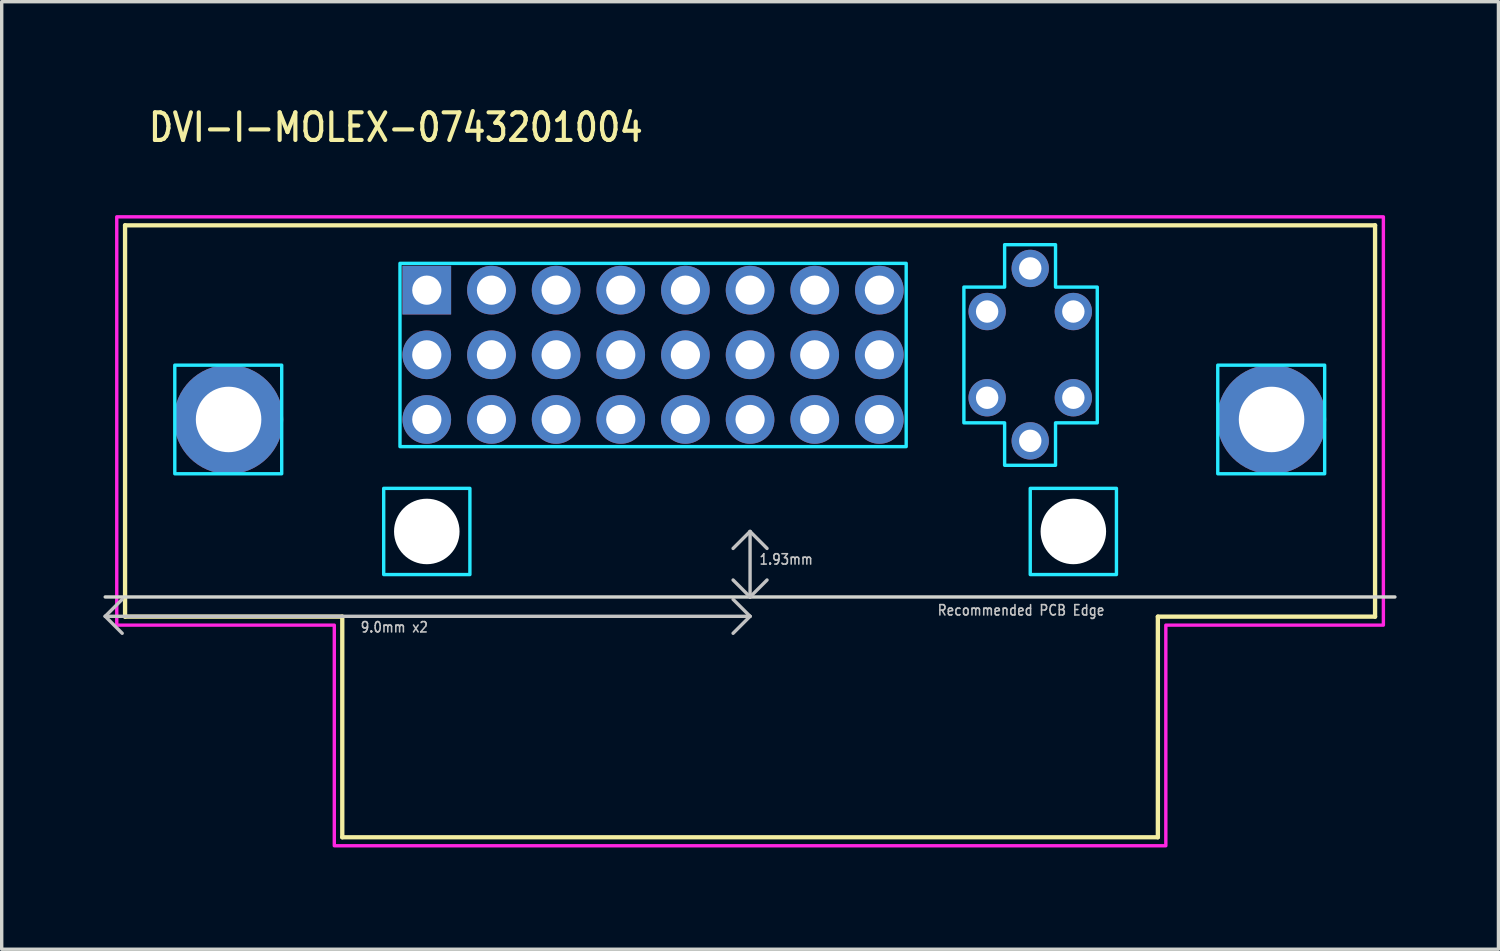
<source format=kicad_pcb>
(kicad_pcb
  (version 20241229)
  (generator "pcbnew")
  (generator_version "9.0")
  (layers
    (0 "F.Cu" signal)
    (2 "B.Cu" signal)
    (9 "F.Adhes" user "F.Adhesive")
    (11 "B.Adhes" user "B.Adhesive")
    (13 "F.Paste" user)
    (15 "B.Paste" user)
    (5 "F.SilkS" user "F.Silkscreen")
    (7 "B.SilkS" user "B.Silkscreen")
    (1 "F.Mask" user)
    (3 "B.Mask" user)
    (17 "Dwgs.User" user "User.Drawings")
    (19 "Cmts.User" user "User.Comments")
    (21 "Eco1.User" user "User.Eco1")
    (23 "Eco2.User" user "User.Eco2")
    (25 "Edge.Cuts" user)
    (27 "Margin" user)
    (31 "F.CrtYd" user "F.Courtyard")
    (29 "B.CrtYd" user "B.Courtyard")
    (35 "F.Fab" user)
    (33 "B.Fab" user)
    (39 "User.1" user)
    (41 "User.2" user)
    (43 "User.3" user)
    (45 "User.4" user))
  (footprint "DVI-I-MOLEX-0743201004"
    (layer "F.Cu")
    (at 19.05 12.609)
    (property "Reference" "DVI-I-MOLEX-0743201004" (at -17.78 -11.43 0) (unlocked yes) (layer "F.SilkS") (effects (font (size 0.813 0.695) (thickness 0.122)) (justify left bottom)))
    (fp_line (start -18.415 -9.02) (end -18.415 2.51) (stroke (width 0.127) (type solid)) (layer "F.SilkS"))
    (fp_line (start -18.415 2.51) (end -12.015 2.51) (stroke (width 0.127) (type solid)) (layer "F.SilkS"))
    (fp_line (start -12.015 2.51) (end -12.015 9.01) (stroke (width 0.127) (type solid)) (layer "F.SilkS"))
    (fp_line (start -12.015 9.01) (end 12.015 9.01) (stroke (width 0.127) (type solid)) (layer "F.SilkS"))
    (fp_line (start 12.015 2.51) (end 18.415 2.51) (stroke (width 0.127) (type solid)) (layer "F.SilkS"))
    (fp_line (start 12.015 9.01) (end 12.015 2.51) (stroke (width 0.127) (type solid)) (layer "F.SilkS"))
    (fp_line (start 18.415 -9.02) (end -18.415 -9.02) (stroke (width 0.127) (type solid)) (layer "F.SilkS"))
    (fp_line (start 18.415 2.51) (end 18.415 -9.02) (stroke (width 0.127) (type solid)) (layer "F.SilkS"))
    (fp_line (start -19 2.5) (end -18.5 2) (stroke (width 0.1) (type solid)) (layer "Dwgs.User"))
    (fp_line (start -19 2.5) (end -18.5 3) (stroke (width 0.1) (type solid)) (layer "Dwgs.User"))
    (fp_line (start -19 2.5) (end 0 2.5) (stroke (width 0.1) (type solid)) (layer "Dwgs.User"))
    (fp_line (start 0 0) (end -0.5 0.5) (stroke (width 0.1) (type solid)) (layer "Dwgs.User"))
    (fp_line (start 0 0) (end 0 1.93) (stroke (width 0.1) (type solid)) (layer "Dwgs.User"))
    (fp_line (start 0 0) (end 0.5 0.5) (stroke (width 0.1) (type solid)) (layer "Dwgs.User"))
    (fp_line (start 0 1.93) (end -0.5 1.43) (stroke (width 0.1) (type solid)) (layer "Dwgs.User"))
    (fp_line (start 0 1.93) (end 0.5 1.43) (stroke (width 0.1) (type solid)) (layer "Dwgs.User"))
    (fp_line (start 0 2.5) (end -0.5 2) (stroke (width 0.1) (type solid)) (layer "Dwgs.User"))
    (fp_line (start 0 2.5) (end -0.5 3) (stroke (width 0.1) (type solid)) (layer "Dwgs.User"))
    (fp_line (start -19 1.93) (end 19 1.93) (stroke (width 0.1) (type solid)) (layer "Edge.Cuts"))
    (fp_poly (pts (xy -16.95 -4.9) (xy -13.8 -4.9) (xy -13.8 -1.7) (xy -16.95 -1.7)) (stroke (width 0.1) (type solid)) (fill no) (layer "B.CrtYd"))
    (fp_poly (pts (xy -10.795 -1.27) (xy -8.255 -1.27) (xy -8.255 1.27) (xy -10.795 1.27)) (stroke (width 0.1) (type solid)) (fill no) (layer "B.CrtYd"))
    (fp_poly (pts (xy -10.315 -7.9) (xy 4.6 -7.9) (xy 4.6 -2.5) (xy -10.315 -2.5)) (stroke (width 0.1) (type solid)) (fill no) (layer "B.CrtYd"))
    (fp_poly (pts (xy 8.255 -1.27) (xy 10.795 -1.27) (xy 10.795 1.27) (xy 8.255 1.27)) (stroke (width 0.1) (type solid)) (fill no) (layer "B.CrtYd"))
    (fp_poly (pts (xy 13.78 -4.9) (xy 16.93 -4.9) (xy 16.93 -1.7) (xy 13.78 -1.7)) (stroke (width 0.1) (type solid)) (fill no) (layer "B.CrtYd"))
    (fp_poly (pts (xy 6.3 -7.2) (xy 7.5 -7.2) (xy 7.5 -8.45) (xy 9 -8.45) (xy 9 -7.2) (xy 10.23 -7.2) (xy 10.23 -3.2) (xy 9 -3.2) (xy 9 -1.95) (xy 7.5 -1.95) (xy 7.5 -3.2) (xy 6.3 -3.2)) (stroke (width 0.1) (type solid)) (fill no) (layer "B.CrtYd"))
    (fp_poly (pts (xy -18.66 -9.27) (xy 18.66 -9.27) (xy 18.66 2.76) (xy 12.25 2.76) (xy 12.25 9.26) (xy -12.25 9.26) (xy -12.25 2.76) (xy -18.66 2.76)) (stroke (width 0.1) (type solid)) (fill no) (layer "F.CrtYd"))
    (fp_text user "1.93mm" (at 0.25 1 0) (unlocked yes) (layer "Dwgs.User") (effects (font (size 0.305 0.261) (thickness 0.046)) (justify left bottom)))
    (fp_text user "Recommended PCB Edge" (at 5.5 2.5 0) (unlocked yes) (layer "Dwgs.User") (effects (font (size 0.305 0.261) (thickness 0.046)) (justify left bottom)))
    (fp_text user "9.0mm x2" (at -11.5 3 0) (unlocked yes) (layer "Dwgs.User") (effects (font (size 0.305 0.261) (thickness 0.046)) (justify left bottom)))
    (pad "" np_thru_hole circle (at -9.525 0) (size 1.93 1.93) (drill 1.93) (layers "*.Cu" "*.Mask"))
    (pad "" np_thru_hole circle (at 9.525 0) (size 1.93 1.93) (drill 1.93) (layers "*.Cu" "*.Mask"))
    (pad "C$1" thru_hole oval (at 6.985 -6.48) (size 1.1 1.1) (drill 0.66) (layers "*.Cu" "*.Mask"))
    (pad "C$2" thru_hole oval (at 9.525 -6.48) (size 1.1 1.1) (drill 0.66) (layers "*.Cu" "*.Mask"))
    (pad "C$3" thru_hole oval (at 6.985 -3.94) (size 1.1 1.1) (drill 0.66) (layers "*.Cu" "*.Mask"))
    (pad "C$4" thru_hole oval (at 9.525 -3.94) (size 1.1 1.1) (drill 0.66) (layers "*.Cu" "*.Mask"))
    (pad "C$5_1" thru_hole oval (at 8.255 -7.75) (size 1.1 1.1) (drill 0.66) (layers "*.Cu" "*.Mask"))
    (pad "C$5_2" thru_hole oval (at 8.255 -2.67) (size 1.1 1.1) (drill 0.66) (layers "*.Cu" "*.Mask"))
    (pad "P$1" thru_hole rect (at -9.525 -7.11) (size 1.433 1.433) (drill 0.86) (layers "*.Cu" "*.Mask"))
    (pad "P$2" thru_hole oval (at -7.62 -7.11) (size 1.433 1.433) (drill 0.86) (layers "*.Cu" "*.Mask"))
    (pad "P$3" thru_hole oval (at -5.715 -7.11) (size 1.433 1.433) (drill 0.86) (layers "*.Cu" "*.Mask"))
    (pad "P$4" thru_hole oval (at -3.81 -7.11) (size 1.433 1.433) (drill 0.86) (layers "*.Cu" "*.Mask"))
    (pad "P$5" thru_hole oval (at -1.905 -7.11) (size 1.433 1.433) (drill 0.86) (layers "*.Cu" "*.Mask"))
    (pad "P$6" thru_hole oval (at 0 -7.11) (size 1.433 1.433) (drill 0.86) (layers "*.Cu" "*.Mask"))
    (pad "P$7" thru_hole oval (at 1.905 -7.11) (size 1.433 1.433) (drill 0.86) (layers "*.Cu" "*.Mask"))
    (pad "P$8" thru_hole oval (at 3.81 -7.11) (size 1.433 1.433) (drill 0.86) (layers "*.Cu" "*.Mask"))
    (pad "P$9" thru_hole oval (at -9.525 -5.205) (size 1.433 1.433) (drill 0.86) (layers "*.Cu" "*.Mask"))
    (pad "P$10" thru_hole oval (at -7.62 -5.205) (size 1.433 1.433) (drill 0.86) (layers "*.Cu" "*.Mask"))
    (pad "P$11" thru_hole oval (at -5.715 -5.205) (size 1.433 1.433) (drill 0.86) (layers "*.Cu" "*.Mask"))
    (pad "P$12" thru_hole oval (at -3.81 -5.205) (size 1.433 1.433) (drill 0.86) (layers "*.Cu" "*.Mask"))
    (pad "P$13" thru_hole oval (at -1.905 -5.205) (size 1.433 1.433) (drill 0.86) (layers "*.Cu" "*.Mask"))
    (pad "P$14" thru_hole oval (at 0 -5.205) (size 1.433 1.433) (drill 0.86) (layers "*.Cu" "*.Mask"))
    (pad "P$15" thru_hole oval (at 1.905 -5.205) (size 1.433 1.433) (drill 0.86) (layers "*.Cu" "*.Mask"))
    (pad "P$16" thru_hole oval (at 3.81 -5.205) (size 1.433 1.433) (drill 0.86) (layers "*.Cu" "*.Mask"))
    (pad "P$17" thru_hole oval (at -9.525 -3.3) (size 1.433 1.433) (drill 0.86) (layers "*.Cu" "*.Mask"))
    (pad "P$18" thru_hole oval (at -7.62 -3.3) (size 1.433 1.433) (drill 0.86) (layers "*.Cu" "*.Mask"))
    (pad "P$19" thru_hole oval (at -5.715 -3.3) (size 1.433 1.433) (drill 0.86) (layers "*.Cu" "*.Mask"))
    (pad "P$20" thru_hole oval (at -3.81 -3.3) (size 1.433 1.433) (drill 0.86) (layers "*.Cu" "*.Mask"))
    (pad "P$21" thru_hole oval (at -1.905 -3.3) (size 1.433 1.433) (drill 0.86) (layers "*.Cu" "*.Mask"))
    (pad "P$22" thru_hole oval (at 0 -3.3) (size 1.433 1.433) (drill 0.86) (layers "*.Cu" "*.Mask"))
    (pad "P$23" thru_hole oval (at 1.905 -3.3) (size 1.433 1.433) (drill 0.86) (layers "*.Cu" "*.Mask"))
    (pad "P$24" thru_hole oval (at 3.81 -3.3) (size 1.433 1.433) (drill 0.86) (layers "*.Cu" "*.Mask"))
    (pad "S$3" thru_hole oval (at -15.365 -3.3) (size 3.217 3.217) (drill 1.93) (layers "*.Cu" "*.Mask"))
    (pad "S$4" thru_hole oval (at 15.365 -3.3) (size 3.217 3.217) (drill 1.93) (layers "*.Cu" "*.Mask")))
  (gr_rect
    (start -3 -3)
    (end 41.1 24.919)
    (stroke (width 0.1) (type default))
    (fill no)
    (layer "Edge.Cuts")))
</source>
